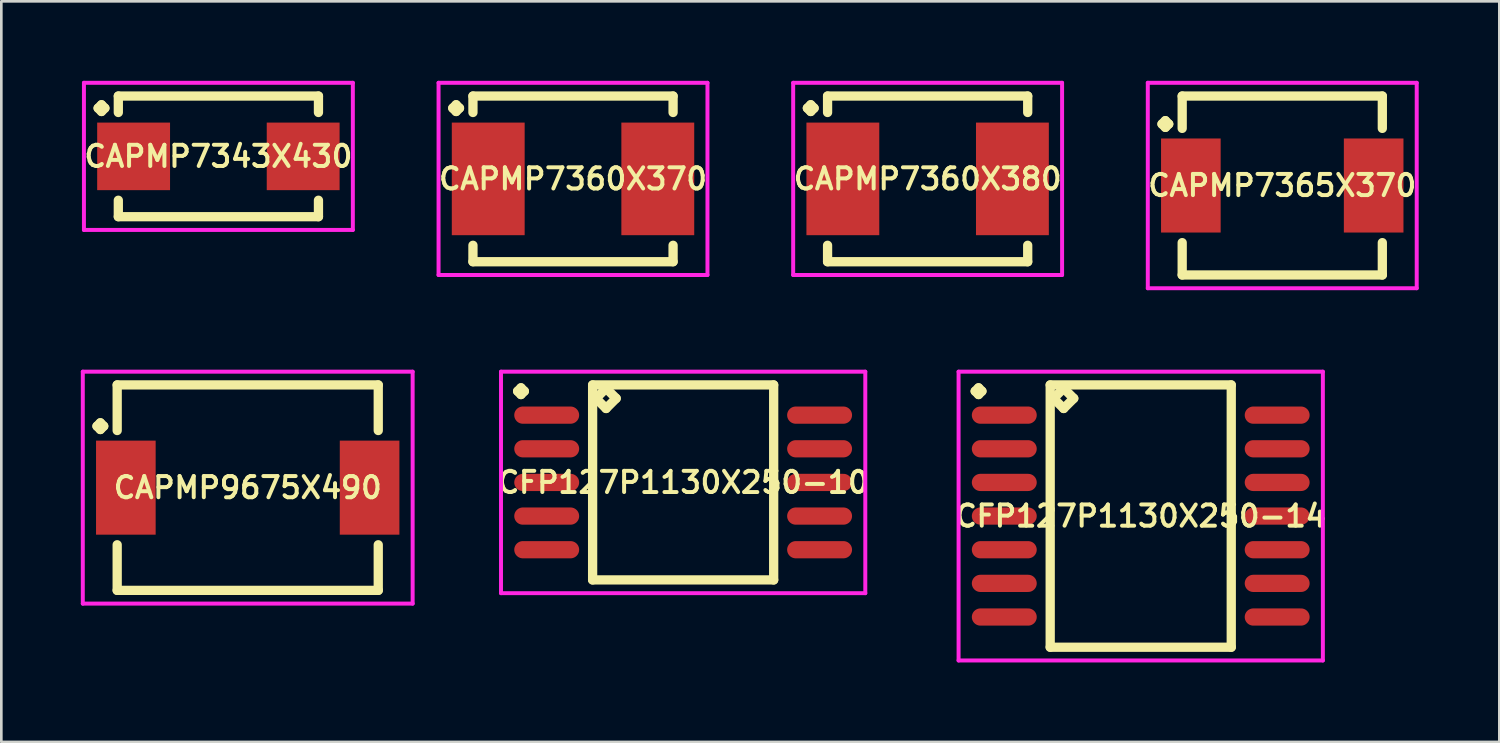
<source format=kicad_pcb>
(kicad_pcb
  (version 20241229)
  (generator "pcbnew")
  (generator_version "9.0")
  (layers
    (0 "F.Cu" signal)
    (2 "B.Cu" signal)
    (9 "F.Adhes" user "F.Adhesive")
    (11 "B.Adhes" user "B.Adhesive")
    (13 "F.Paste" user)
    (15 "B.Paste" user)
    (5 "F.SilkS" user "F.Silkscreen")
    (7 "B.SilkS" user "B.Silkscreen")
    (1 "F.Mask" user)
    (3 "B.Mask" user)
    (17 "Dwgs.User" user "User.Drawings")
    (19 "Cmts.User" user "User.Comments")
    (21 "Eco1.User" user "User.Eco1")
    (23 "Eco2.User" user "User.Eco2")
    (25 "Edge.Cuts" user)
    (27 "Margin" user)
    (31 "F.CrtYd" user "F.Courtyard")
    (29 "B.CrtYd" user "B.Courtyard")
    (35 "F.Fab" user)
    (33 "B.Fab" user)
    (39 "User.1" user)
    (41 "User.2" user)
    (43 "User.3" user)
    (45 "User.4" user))
  (footprint "CAPMP9675X490"
    (layer "F.Cu")
    (at 6.3 15.356)
    (property "Reference" "CAPMP9675X490" (at 0 0 0) (layer "F.SilkS") (effects (font (size 0.8 0.8) (thickness 0.15))))
    (attr through_hole)
    (fp_line (start -5.689 -2.321) (end -5.562 -2.448) (stroke (width 0.35) (type solid)) (layer "F.SilkS"))
    (fp_line (start -5.562 -2.448) (end -5.435 -2.321) (stroke (width 0.35) (type solid)) (layer "F.SilkS"))
    (fp_line (start -5.562 -2.194) (end -5.689 -2.321) (stroke (width 0.35) (type solid)) (layer "F.SilkS"))
    (fp_line (start -5.435 -2.321) (end -5.562 -2.194) (stroke (width 0.35) (type solid)) (layer "F.SilkS"))
    (fp_line (start -4.927 -3.877) (end 4.927 -3.877) (stroke (width 0.35) (type solid)) (layer "F.SilkS"))
    (fp_line (start -4.927 -2.156) (end -4.927 -3.877) (stroke (width 0.35) (type solid)) (layer "F.SilkS"))
    (fp_line (start -4.927 2.156) (end -4.927 3.877) (stroke (width 0.35) (type solid)) (layer "F.SilkS"))
    (fp_line (start -4.927 3.877) (end 4.927 3.877) (stroke (width 0.35) (type solid)) (layer "F.SilkS"))
    (fp_line (start 4.927 -3.877) (end 4.927 -2.156) (stroke (width 0.35) (type solid)) (layer "F.SilkS"))
    (fp_line (start 4.927 3.877) (end 4.927 2.156) (stroke (width 0.35) (type solid)) (layer "F.SilkS"))
    (fp_line (start -6.225 -4.377) (end 6.225 -4.377) (stroke (width 0.15) (type solid)) (layer "F.CrtYd"))
    (fp_line (start -6.225 4.377) (end -6.225 -4.377) (stroke (width 0.15) (type solid)) (layer "F.CrtYd"))
    (fp_line (start 6.225 -4.377) (end 6.225 4.377) (stroke (width 0.15) (type solid)) (layer "F.CrtYd"))
    (fp_line (start 6.225 4.377) (end -6.225 4.377) (stroke (width 0.15) (type solid)) (layer "F.CrtYd"))
    (pad "1" smd rect (at -4.6 0) (size 2.25 3.55) (layers "F.Cu" "F.Mask" "F.Paste"))
    (pad "2" smd rect (at 4.6 0) (size 2.25 3.55) (layers "F.Cu" "F.Mask" "F.Paste")))
  (footprint "CAPMP7360X380"
    (layer "F.Cu")
    (at 31.963 3.702)
    (property "Reference" "CAPMP7360X380" (at 0 0 0) (layer "F.SilkS") (effects (font (size 0.8 0.8) (thickness 0.15))))
    (attr smd)
    (fp_line (start -4.539 -2.671) (end -4.412 -2.798) (stroke (width 0.35) (type solid)) (layer "F.SilkS"))
    (fp_line (start -4.412 -2.798) (end -4.285 -2.671) (stroke (width 0.35) (type solid)) (layer "F.SilkS"))
    (fp_line (start -4.412 -2.544) (end -4.539 -2.671) (stroke (width 0.35) (type solid)) (layer "F.SilkS"))
    (fp_line (start -4.285 -2.671) (end -4.412 -2.544) (stroke (width 0.35) (type solid)) (layer "F.SilkS"))
    (fp_line (start -3.777 -3.127) (end 3.777 -3.127) (stroke (width 0.35) (type solid)) (layer "F.SilkS"))
    (fp_line (start -3.777 -2.506) (end -3.777 -3.127) (stroke (width 0.35) (type solid)) (layer "F.SilkS"))
    (fp_line (start -3.777 2.506) (end -3.777 3.127) (stroke (width 0.35) (type solid)) (layer "F.SilkS"))
    (fp_line (start -3.777 3.127) (end 3.777 3.127) (stroke (width 0.35) (type solid)) (layer "F.SilkS"))
    (fp_line (start 3.777 -3.127) (end 3.777 -2.506) (stroke (width 0.35) (type solid)) (layer "F.SilkS"))
    (fp_line (start 3.777 3.127) (end 3.777 2.506) (stroke (width 0.35) (type solid)) (layer "F.SilkS"))
    (fp_line (start -5.075 -3.627) (end 5.075 -3.627) (stroke (width 0.15) (type solid)) (layer "F.CrtYd"))
    (fp_line (start -5.075 3.627) (end -5.075 -3.627) (stroke (width 0.15) (type solid)) (layer "F.CrtYd"))
    (fp_line (start 5.075 -3.627) (end 5.075 3.627) (stroke (width 0.15) (type solid)) (layer "F.CrtYd"))
    (fp_line (start 5.075 3.627) (end -5.075 3.627) (stroke (width 0.15) (type solid)) (layer "F.CrtYd"))
    (pad "1" smd rect (at -3.2 0) (size 2.75 4.25) (layers "F.Cu" "F.Mask" "F.Paste"))
    (pad "2" smd rect (at 3.2 0) (size 2.75 4.25) (layers "F.Cu" "F.Mask" "F.Paste")))
  (footprint "CFP127P1130X250-10"
    (layer "F.Cu")
    (at 22.735 15.159)
    (property "Reference" "CFP127P1130X250-10" (at 0 0 0) (layer "F.SilkS") (effects (font (size 0.8 0.8) (thickness 0.15))))
    (attr smd)
    (fp_line (start -6.248 -3.444) (end -6.121 -3.571) (stroke (width 0.35) (type solid)) (layer "F.SilkS"))
    (fp_line (start -6.121 -3.571) (end -5.994 -3.444) (stroke (width 0.35) (type solid)) (layer "F.SilkS"))
    (fp_line (start -6.121 -3.317) (end -6.248 -3.444) (stroke (width 0.35) (type solid)) (layer "F.SilkS"))
    (fp_line (start -5.994 -3.444) (end -6.121 -3.317) (stroke (width 0.35) (type solid)) (layer "F.SilkS"))
    (fp_line (start -3.417 -3.68) (end -3.417 3.68) (stroke (width 0.35) (type solid)) (layer "F.SilkS"))
    (fp_line (start -3.417 3.68) (end 3.417 3.68) (stroke (width 0.35) (type solid)) (layer "F.SilkS"))
    (fp_line (start -3.29 -3.172) (end -2.909 -3.553) (stroke (width 0.35) (type solid)) (layer "F.SilkS"))
    (fp_line (start -2.909 -3.553) (end -2.528 -3.172) (stroke (width 0.35) (type solid)) (layer "F.SilkS"))
    (fp_line (start -2.909 -2.791) (end -3.29 -3.172) (stroke (width 0.35) (type solid)) (layer "F.SilkS"))
    (fp_line (start -2.528 -3.172) (end -2.909 -2.791) (stroke (width 0.35) (type solid)) (layer "F.SilkS"))
    (fp_line (start 3.417 -3.68) (end -3.417 -3.68) (stroke (width 0.35) (type solid)) (layer "F.SilkS"))
    (fp_line (start 3.417 3.68) (end 3.417 -3.68) (stroke (width 0.35) (type solid)) (layer "F.SilkS"))
    (fp_line (start -6.875 -4.18) (end 6.875 -4.18) (stroke (width 0.15) (type solid)) (layer "F.CrtYd"))
    (fp_line (start -6.875 4.18) (end -6.875 -4.18) (stroke (width 0.15) (type solid)) (layer "F.CrtYd"))
    (fp_line (start 6.875 -4.18) (end 6.875 4.18) (stroke (width 0.15) (type solid)) (layer "F.CrtYd"))
    (fp_line (start 6.875 4.18) (end -6.875 4.18) (stroke (width 0.15) (type solid)) (layer "F.CrtYd"))
    (pad "1" smd oval (at -5.15 -2.54) (size 2.45 0.65) (layers "F.Cu" "F.Mask" "F.Paste"))
    (pad "2" smd oval (at -5.15 -1.27) (size 2.45 0.65) (layers "F.Cu" "F.Mask" "F.Paste"))
    (pad "3" smd oval (at -5.15 0) (size 2.45 0.65) (layers "F.Cu" "F.Mask" "F.Paste"))
    (pad "4" smd oval (at -5.15 1.27) (size 2.45 0.65) (layers "F.Cu" "F.Mask" "F.Paste"))
    (pad "5" smd oval (at -5.15 2.54) (size 2.45 0.65) (layers "F.Cu" "F.Mask" "F.Paste"))
    (pad "6" smd oval (at 5.15 2.54) (size 2.45 0.65) (layers "F.Cu" "F.Mask" "F.Paste"))
    (pad "7" smd oval (at 5.15 1.27) (size 2.45 0.65) (layers "F.Cu" "F.Mask" "F.Paste"))
    (pad "8" smd oval (at 5.15 0) (size 2.45 0.65) (layers "F.Cu" "F.Mask" "F.Paste"))
    (pad "9" smd oval (at 5.15 -1.27) (size 2.45 0.65) (layers "F.Cu" "F.Mask" "F.Paste"))
    (pad "10" smd oval (at 5.15 -2.54) (size 2.45 0.65) (layers "F.Cu" "F.Mask" "F.Paste")))
  (footprint "CAPMP7360X370"
    (layer "F.Cu")
    (at 18.578 3.702)
    (property "Reference" "CAPMP7360X370" (at 0 0 0) (layer "F.SilkS") (effects (font (size 0.8 0.8) (thickness 0.15))))
    (attr through_hole)
    (fp_line (start -4.539 -2.671) (end -4.412 -2.798) (stroke (width 0.35) (type solid)) (layer "F.SilkS"))
    (fp_line (start -4.412 -2.798) (end -4.285 -2.671) (stroke (width 0.35) (type solid)) (layer "F.SilkS"))
    (fp_line (start -4.412 -2.544) (end -4.539 -2.671) (stroke (width 0.35) (type solid)) (layer "F.SilkS"))
    (fp_line (start -4.285 -2.671) (end -4.412 -2.544) (stroke (width 0.35) (type solid)) (layer "F.SilkS"))
    (fp_line (start -3.777 -3.127) (end 3.777 -3.127) (stroke (width 0.35) (type solid)) (layer "F.SilkS"))
    (fp_line (start -3.777 -2.506) (end -3.777 -3.127) (stroke (width 0.35) (type solid)) (layer "F.SilkS"))
    (fp_line (start -3.777 2.506) (end -3.777 3.127) (stroke (width 0.35) (type solid)) (layer "F.SilkS"))
    (fp_line (start -3.777 3.127) (end 3.777 3.127) (stroke (width 0.35) (type solid)) (layer "F.SilkS"))
    (fp_line (start 3.777 -3.127) (end 3.777 -2.506) (stroke (width 0.35) (type solid)) (layer "F.SilkS"))
    (fp_line (start 3.777 3.127) (end 3.777 2.506) (stroke (width 0.35) (type solid)) (layer "F.SilkS"))
    (fp_line (start -5.075 -3.627) (end 5.075 -3.627) (stroke (width 0.15) (type solid)) (layer "F.CrtYd"))
    (fp_line (start -5.075 3.627) (end -5.075 -3.627) (stroke (width 0.15) (type solid)) (layer "F.CrtYd"))
    (fp_line (start 5.075 -3.627) (end 5.075 3.627) (stroke (width 0.15) (type solid)) (layer "F.CrtYd"))
    (fp_line (start 5.075 3.627) (end -5.075 3.627) (stroke (width 0.15) (type solid)) (layer "F.CrtYd"))
    (pad "1" smd rect (at -3.2 0) (size 2.75 4.25) (layers "F.Cu" "F.Mask" "F.Paste"))
    (pad "2" smd rect (at 3.2 0) (size 2.75 4.25) (layers "F.Cu" "F.Mask" "F.Paste")))
  (footprint "CAPMP7365X370"
    (layer "F.Cu")
    (at 45.348 3.952)
    (property "Reference" "CAPMP7365X370" (at 0 0 0) (layer "F.SilkS") (effects (font (size 0.8 0.8) (thickness 0.15))))
    (attr smd)
    (fp_line (start -4.539 -2.321) (end -4.412 -2.448) (stroke (width 0.35) (type solid)) (layer "F.SilkS"))
    (fp_line (start -4.412 -2.448) (end -4.285 -2.321) (stroke (width 0.35) (type solid)) (layer "F.SilkS"))
    (fp_line (start -4.412 -2.194) (end -4.539 -2.321) (stroke (width 0.35) (type solid)) (layer "F.SilkS"))
    (fp_line (start -4.285 -2.321) (end -4.412 -2.194) (stroke (width 0.35) (type solid)) (layer "F.SilkS"))
    (fp_line (start -3.777 -3.377) (end 3.777 -3.377) (stroke (width 0.35) (type solid)) (layer "F.SilkS"))
    (fp_line (start -3.777 -2.156) (end -3.777 -3.377) (stroke (width 0.35) (type solid)) (layer "F.SilkS"))
    (fp_line (start -3.777 2.156) (end -3.777 3.377) (stroke (width 0.35) (type solid)) (layer "F.SilkS"))
    (fp_line (start -3.777 3.377) (end 3.777 3.377) (stroke (width 0.35) (type solid)) (layer "F.SilkS"))
    (fp_line (start 3.777 -3.377) (end 3.777 -2.156) (stroke (width 0.35) (type solid)) (layer "F.SilkS"))
    (fp_line (start 3.777 3.377) (end 3.777 2.156) (stroke (width 0.35) (type solid)) (layer "F.SilkS"))
    (fp_line (start -5.075 -3.877) (end 5.075 -3.877) (stroke (width 0.15) (type solid)) (layer "F.CrtYd"))
    (fp_line (start -5.075 3.877) (end -5.075 -3.877) (stroke (width 0.15) (type solid)) (layer "F.CrtYd"))
    (fp_line (start 5.075 -3.877) (end 5.075 3.877) (stroke (width 0.15) (type solid)) (layer "F.CrtYd"))
    (fp_line (start 5.075 3.877) (end -5.075 3.877) (stroke (width 0.15) (type solid)) (layer "F.CrtYd"))
    (pad "1" smd rect (at -3.45 0) (size 2.25 3.55) (layers "F.Cu" "F.Mask" "F.Paste"))
    (pad "2" smd rect (at 3.45 0) (size 2.25 3.55) (layers "F.Cu" "F.Mask" "F.Paste")))
  (footprint "CAPMP7343X430"
    (layer "F.Cu")
    (at 5.193 2.852)
    (property "Reference" "CAPMP7343X430" (at 0 0 0) (layer "F.SilkS") (effects (font (size 0.8 0.8) (thickness 0.15))))
    (attr smd)
    (fp_line (start -4.539 -1.821) (end -4.412 -1.948) (stroke (width 0.35) (type solid)) (layer "F.SilkS"))
    (fp_line (start -4.412 -1.948) (end -4.285 -1.821) (stroke (width 0.35) (type solid)) (layer "F.SilkS"))
    (fp_line (start -4.412 -1.694) (end -4.539 -1.821) (stroke (width 0.35) (type solid)) (layer "F.SilkS"))
    (fp_line (start -4.285 -1.821) (end -4.412 -1.694) (stroke (width 0.35) (type solid)) (layer "F.SilkS"))
    (fp_line (start -3.777 -2.277) (end 3.777 -2.277) (stroke (width 0.35) (type solid)) (layer "F.SilkS"))
    (fp_line (start -3.777 -1.656) (end -3.777 -2.277) (stroke (width 0.35) (type solid)) (layer "F.SilkS"))
    (fp_line (start -3.777 1.656) (end -3.777 2.277) (stroke (width 0.35) (type solid)) (layer "F.SilkS"))
    (fp_line (start -3.777 2.277) (end 3.777 2.277) (stroke (width 0.35) (type solid)) (layer "F.SilkS"))
    (fp_line (start 3.777 -2.277) (end 3.777 -1.656) (stroke (width 0.35) (type solid)) (layer "F.SilkS"))
    (fp_line (start 3.777 2.277) (end 3.777 1.656) (stroke (width 0.35) (type solid)) (layer "F.SilkS"))
    (fp_line (start -5.075 -2.777) (end 5.075 -2.777) (stroke (width 0.15) (type solid)) (layer "F.CrtYd"))
    (fp_line (start -5.075 2.777) (end -5.075 -2.777) (stroke (width 0.15) (type solid)) (layer "F.CrtYd"))
    (fp_line (start 5.075 -2.777) (end 5.075 2.777) (stroke (width 0.15) (type solid)) (layer "F.CrtYd"))
    (fp_line (start 5.075 2.777) (end -5.075 2.777) (stroke (width 0.15) (type solid)) (layer "F.CrtYd"))
    (pad "1" smd rect (at -3.2 0) (size 2.75 2.55) (layers "F.Cu" "F.Mask" "F.Paste"))
    (pad "2" smd rect (at 3.2 0) (size 2.75 2.55) (layers "F.Cu" "F.Mask" "F.Paste")))
  (footprint "CFP127P1130X250-14"
    (layer "F.Cu")
    (at 40.006 16.429)
    (property "Reference" "CFP127P1130X250-14" (at 0 0 0) (layer "F.SilkS") (effects (font (size 0.8 0.8) (thickness 0.15))))
    (attr smd)
    (fp_line (start -6.248 -4.714) (end -6.121 -4.841) (stroke (width 0.35) (type solid)) (layer "F.SilkS"))
    (fp_line (start -6.121 -4.841) (end -5.994 -4.714) (stroke (width 0.35) (type solid)) (layer "F.SilkS"))
    (fp_line (start -6.121 -4.587) (end -6.248 -4.714) (stroke (width 0.35) (type solid)) (layer "F.SilkS"))
    (fp_line (start -5.994 -4.714) (end -6.121 -4.587) (stroke (width 0.35) (type solid)) (layer "F.SilkS"))
    (fp_line (start -3.417 -4.95) (end -3.417 4.95) (stroke (width 0.35) (type solid)) (layer "F.SilkS"))
    (fp_line (start -3.417 4.95) (end 3.417 4.95) (stroke (width 0.35) (type solid)) (layer "F.SilkS"))
    (fp_line (start -3.29 -4.442) (end -2.909 -4.823) (stroke (width 0.35) (type solid)) (layer "F.SilkS"))
    (fp_line (start -2.909 -4.823) (end -2.528 -4.442) (stroke (width 0.35) (type solid)) (layer "F.SilkS"))
    (fp_line (start -2.909 -4.061) (end -3.29 -4.442) (stroke (width 0.35) (type solid)) (layer "F.SilkS"))
    (fp_line (start -2.528 -4.442) (end -2.909 -4.061) (stroke (width 0.35) (type solid)) (layer "F.SilkS"))
    (fp_line (start 3.417 -4.95) (end -3.417 -4.95) (stroke (width 0.35) (type solid)) (layer "F.SilkS"))
    (fp_line (start 3.417 4.95) (end 3.417 -4.95) (stroke (width 0.35) (type solid)) (layer "F.SilkS"))
    (fp_line (start -6.875 -5.45) (end 6.875 -5.45) (stroke (width 0.15) (type solid)) (layer "F.CrtYd"))
    (fp_line (start -6.875 5.45) (end -6.875 -5.45) (stroke (width 0.15) (type solid)) (layer "F.CrtYd"))
    (fp_line (start 6.875 -5.45) (end 6.875 5.45) (stroke (width 0.15) (type solid)) (layer "F.CrtYd"))
    (fp_line (start 6.875 5.45) (end -6.875 5.45) (stroke (width 0.15) (type solid)) (layer "F.CrtYd"))
    (pad "1" smd oval (at -5.15 -3.81) (size 2.45 0.65) (layers "F.Cu" "F.Mask" "F.Paste"))
    (pad "2" smd oval (at -5.15 -2.54) (size 2.45 0.65) (layers "F.Cu" "F.Mask" "F.Paste"))
    (pad "3" smd oval (at -5.15 -1.27) (size 2.45 0.65) (layers "F.Cu" "F.Mask" "F.Paste"))
    (pad "4" smd oval (at -5.15 0) (size 2.45 0.65) (layers "F.Cu" "F.Mask" "F.Paste"))
    (pad "5" smd oval (at -5.15 1.27) (size 2.45 0.65) (layers "F.Cu" "F.Mask" "F.Paste"))
    (pad "6" smd oval (at -5.15 2.54) (size 2.45 0.65) (layers "F.Cu" "F.Mask" "F.Paste"))
    (pad "7" smd oval (at -5.15 3.81) (size 2.45 0.65) (layers "F.Cu" "F.Mask" "F.Paste"))
    (pad "8" smd oval (at 5.15 3.81) (size 2.45 0.65) (layers "F.Cu" "F.Mask" "F.Paste"))
    (pad "9" smd oval (at 5.15 2.54) (size 2.45 0.65) (layers "F.Cu" "F.Mask" "F.Paste"))
    (pad "10" smd oval (at 5.15 1.27) (size 2.45 0.65) (layers "F.Cu" "F.Mask" "F.Paste"))
    (pad "11" smd oval (at 5.15 0) (size 2.45 0.65) (layers "F.Cu" "F.Mask" "F.Paste"))
    (pad "12" smd oval (at 5.15 -1.27) (size 2.45 0.65) (layers "F.Cu" "F.Mask" "F.Paste"))
    (pad "13" smd oval (at 5.15 -2.54) (size 2.45 0.65) (layers "F.Cu" "F.Mask" "F.Paste"))
    (pad "14" smd oval (at 5.15 -3.81) (size 2.45 0.65) (layers "F.Cu" "F.Mask" "F.Paste")))
  (gr_rect
    (start -3 -3)
    (end 53.541 24.954)
    (stroke (width 0.1) (type default))
    (fill no)
    (layer "Edge.Cuts")))
</source>
